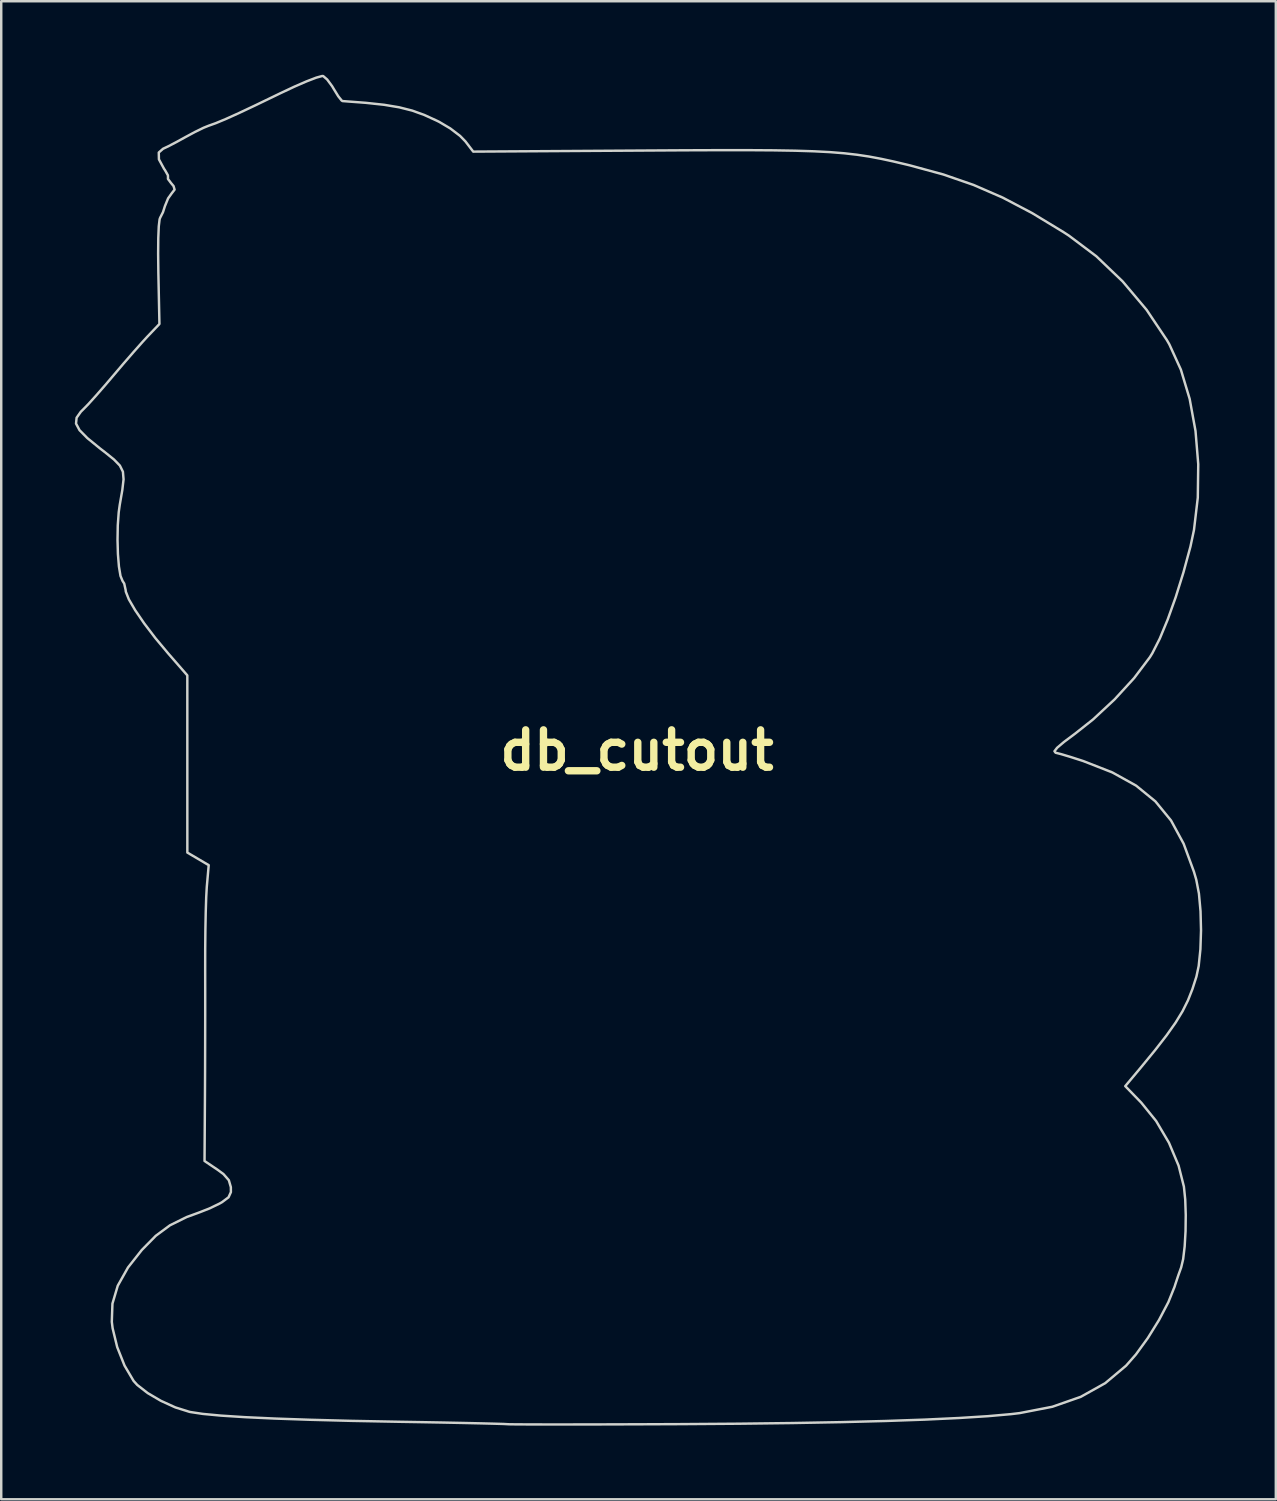
<source format=kicad_pcb>
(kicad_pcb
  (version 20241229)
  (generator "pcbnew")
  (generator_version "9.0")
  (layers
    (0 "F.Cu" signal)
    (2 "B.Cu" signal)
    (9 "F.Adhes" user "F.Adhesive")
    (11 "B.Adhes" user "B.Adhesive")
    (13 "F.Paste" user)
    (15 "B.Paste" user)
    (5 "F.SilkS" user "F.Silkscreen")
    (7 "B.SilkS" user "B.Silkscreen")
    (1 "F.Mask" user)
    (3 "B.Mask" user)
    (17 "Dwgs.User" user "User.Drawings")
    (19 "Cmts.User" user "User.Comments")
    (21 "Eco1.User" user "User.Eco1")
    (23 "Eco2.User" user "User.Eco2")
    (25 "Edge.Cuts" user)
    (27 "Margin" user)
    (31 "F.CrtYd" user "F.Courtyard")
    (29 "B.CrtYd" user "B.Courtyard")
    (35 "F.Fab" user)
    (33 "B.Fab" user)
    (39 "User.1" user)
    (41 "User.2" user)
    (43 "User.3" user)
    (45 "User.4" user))
  (footprint "db_cutout"
    (layer "F.Cu")
    (at 22.92 27.544)
    (property "Reference" "db_cutout" (at 0 0 0) (layer "F.SilkS") (effects (font (size 1.524 1.524) (thickness 0.3))))
    (attr board_only exclude_from_pos_files exclude_from_bom)
    (fp_poly (pts (xy -12.792 -27.493) (xy -12.63 -27.353) (xy -12.429 -27.081) (xy -12.352 -26.952) (xy -12.176 -26.667) (xy -12.039 -26.495) (xy -12.003 -26.473) (xy -11.061 -26.402) (xy -10.307 -26.321) (xy -9.69 -26.218) (xy -9.161 -26.084) (xy -8.668 -25.906) (xy -8.159 -25.673) (xy -8.058 -25.623) (xy -7.608 -25.356) (xy -7.211 -25.053) (xy -6.992 -24.828) (xy -6.674 -24.412) (xy 0.347 -24.456) (xy 1.957 -24.466) (xy 3.35 -24.471) (xy 4.55 -24.471) (xy 5.579 -24.464) (xy 6.462 -24.449) (xy 7.22 -24.425) (xy 7.876 -24.391) (xy 8.455 -24.344) (xy 8.979 -24.284) (xy 9.471 -24.21) (xy 9.954 -24.119) (xy 10.451 -24.012) (xy 10.986 -23.886) (xy 11.142 -23.848) (xy 12.493 -23.48) (xy 13.727 -23.053) (xy 14.912 -22.538) (xy 16.113 -21.907) (xy 17.395 -21.129) (xy 17.612 -20.988) (xy 18.733 -20.145) (xy 19.807 -19.118) (xy 20.783 -17.96) (xy 21.609 -16.728) (xy 21.709 -16.555) (xy 22.181 -15.521) (xy 22.539 -14.327) (xy 22.777 -13.023) (xy 22.889 -11.664) (xy 22.87 -10.301) (xy 22.715 -8.986) (xy 22.571 -8.308) (xy 22.285 -7.254) (xy 21.971 -6.249) (xy 21.644 -5.335) (xy 21.321 -4.557) (xy 21.016 -3.957) (xy 20.917 -3.797) (xy 20.275 -2.946) (xy 19.479 -2.077) (xy 18.601 -1.26) (xy 17.876 -0.686) (xy 17.412 -0.339) (xy 17.134 -0.103) (xy 17.026 0.037) (xy 17.072 0.099) (xy 17.081 0.101) (xy 17.302 0.157) (xy 17.676 0.269) (xy 18.129 0.415) (xy 18.211 0.442) (xy 19.385 0.902) (xy 20.353 1.439) (xy 21.141 2.082) (xy 21.779 2.862) (xy 22.293 3.808) (xy 22.712 4.948) (xy 22.807 5.272) (xy 22.917 5.844) (xy 22.982 6.561) (xy 23.002 7.344) (xy 22.977 8.114) (xy 22.907 8.793) (xy 22.815 9.225) (xy 22.652 9.734) (xy 22.471 10.193) (xy 22.25 10.637) (xy 21.967 11.101) (xy 21.6 11.62) (xy 21.127 12.229) (xy 20.525 12.962) (xy 20.17 13.386) (xy 19.912 13.693) (xy 20.564 14.365) (xy 21.172 15.116) (xy 21.694 16.001) (xy 22.088 16.937) (xy 22.304 17.792) (xy 22.358 18.319) (xy 22.379 18.947) (xy 22.371 19.606) (xy 22.335 20.23) (xy 22.273 20.749) (xy 22.192 21.087) (xy 22.079 21.4) (xy 21.949 21.79) (xy 21.926 21.866) (xy 21.67 22.503) (xy 21.289 23.229) (xy 20.833 23.965) (xy 20.348 24.633) (xy 19.948 25.09) (xy 19.096 25.805) (xy 18.098 26.362) (xy 16.939 26.767) (xy 15.603 27.026) (xy 15.251 27.068) (xy 14.308 27.151) (xy 13.135 27.225) (xy 11.741 27.291) (xy 10.136 27.347) (xy 8.328 27.394) (xy 6.328 27.431) (xy 4.144 27.458) (xy 1.785 27.475) (xy 1.558 27.476) (xy 0.313 27.481) (xy -0.861 27.485) (xy -1.944 27.488) (xy -2.913 27.489) (xy -3.746 27.489) (xy -4.42 27.487) (xy -4.913 27.485) (xy -5.203 27.481) (xy -5.272 27.478) (xy -5.43 27.469) (xy -5.799 27.458) (xy -6.351 27.444) (xy -7.057 27.428) (xy -7.889 27.411) (xy -8.818 27.394) (xy -9.705 27.379) (xy -11.625 27.342) (xy -13.312 27.298) (xy -14.764 27.248) (xy -15.98 27.191) (xy -16.96 27.128) (xy -17.702 27.058) (xy -18.206 26.982) (xy -18.251 26.972) (xy -18.818 26.794) (xy -19.409 26.525) (xy -19.951 26.207) (xy -20.372 25.879) (xy -20.522 25.714) (xy -20.892 25.088) (xy -21.191 24.335) (xy -21.378 23.565) (xy -21.411 23.303) (xy -21.385 22.562) (xy -21.169 21.833) (xy -20.75 21.087) (xy -20.188 20.375) (xy -19.618 19.796) (xy -19.039 19.368) (xy -18.362 19.033) (xy -17.861 18.85) (xy -17.429 18.681) (xy -17.019 18.483) (xy -16.917 18.425) (xy -16.651 18.226) (xy -16.555 18.015) (xy -16.557 17.812) (xy -16.639 17.53) (xy -16.858 17.28) (xy -17.112 17.093) (xy -17.63 16.746) (xy -17.613 14.094) (xy -17.608 13.098) (xy -17.605 11.977) (xy -17.603 10.825) (xy -17.603 9.736) (xy -17.604 8.926) (xy -17.603 8.108) (xy -17.595 7.311) (xy -17.581 6.589) (xy -17.562 5.995) (xy -17.539 5.581) (xy -17.536 5.547) (xy -17.46 4.683) (xy -18.331 4.17) (xy -18.332 -3.055) (xy -19.115 -3.954) (xy -19.635 -4.576) (xy -20.09 -5.174) (xy -20.458 -5.712) (xy -20.716 -6.155) (xy -20.84 -6.47) (xy -20.847 -6.535) (xy -20.905 -6.799) (xy -20.974 -6.908) (xy -21.057 -7.111) (xy -21.121 -7.495) (xy -21.162 -8.005) (xy -21.178 -8.581) (xy -21.168 -9.168) (xy -21.129 -9.708) (xy -21.088 -10.004) (xy -20.982 -10.615) (xy -20.932 -11.047) (xy -20.958 -11.359) (xy -21.082 -11.61) (xy -21.323 -11.858) (xy -21.702 -12.163) (xy -21.896 -12.312) (xy -22.407 -12.729) (xy -22.728 -13.055) (xy -22.87 -13.322) (xy -22.847 -13.561) (xy -22.674 -13.805) (xy -22.571 -13.907) (xy -22.367 -14.116) (xy -22.057 -14.459) (xy -21.684 -14.886) (xy -21.352 -15.276) (xy -20.936 -15.766) (xy -20.52 -16.245) (xy -20.16 -16.65) (xy -19.959 -16.869) (xy -19.469 -17.383) (xy -19.513 -19.476) (xy -19.522 -20.248) (xy -19.516 -20.889) (xy -19.496 -21.368) (xy -19.462 -21.654) (xy -19.439 -21.717) (xy -19.324 -21.943) (xy -19.246 -22.187) (xy -19.116 -22.505) (xy -18.976 -22.701) (xy -18.851 -22.862) (xy -18.893 -23.007) (xy -18.995 -23.129) (xy -19.122 -23.299) (xy -19.12 -23.363) (xy -19.124 -23.447) (xy -19.242 -23.655) (xy -19.281 -23.711) (xy -19.49 -24.097) (xy -19.496 -24.375) (xy -19.32 -24.529) (xy -19.109 -24.628) (xy -18.769 -24.806) (xy -18.427 -24.994) (xy -18.026 -25.21) (xy -17.67 -25.384) (xy -17.469 -25.465) (xy -17.173 -25.571) (xy -16.768 -25.739) (xy -16.23 -25.982) (xy -15.533 -26.311) (xy -14.651 -26.737) (xy -14.54 -26.791) (xy -13.97 -27.059) (xy -13.468 -27.277) (xy -13.075 -27.428) (xy -12.836 -27.494)) (stroke (width 0.1) (type solid)) (fill no) (layer "Edge.Cuts")))
  (gr_rect
    (start -3 -3)
    (end 48.972 58.083)
    (stroke (width 0.1) (type default))
    (fill no)
    (layer "Edge.Cuts")))
</source>
